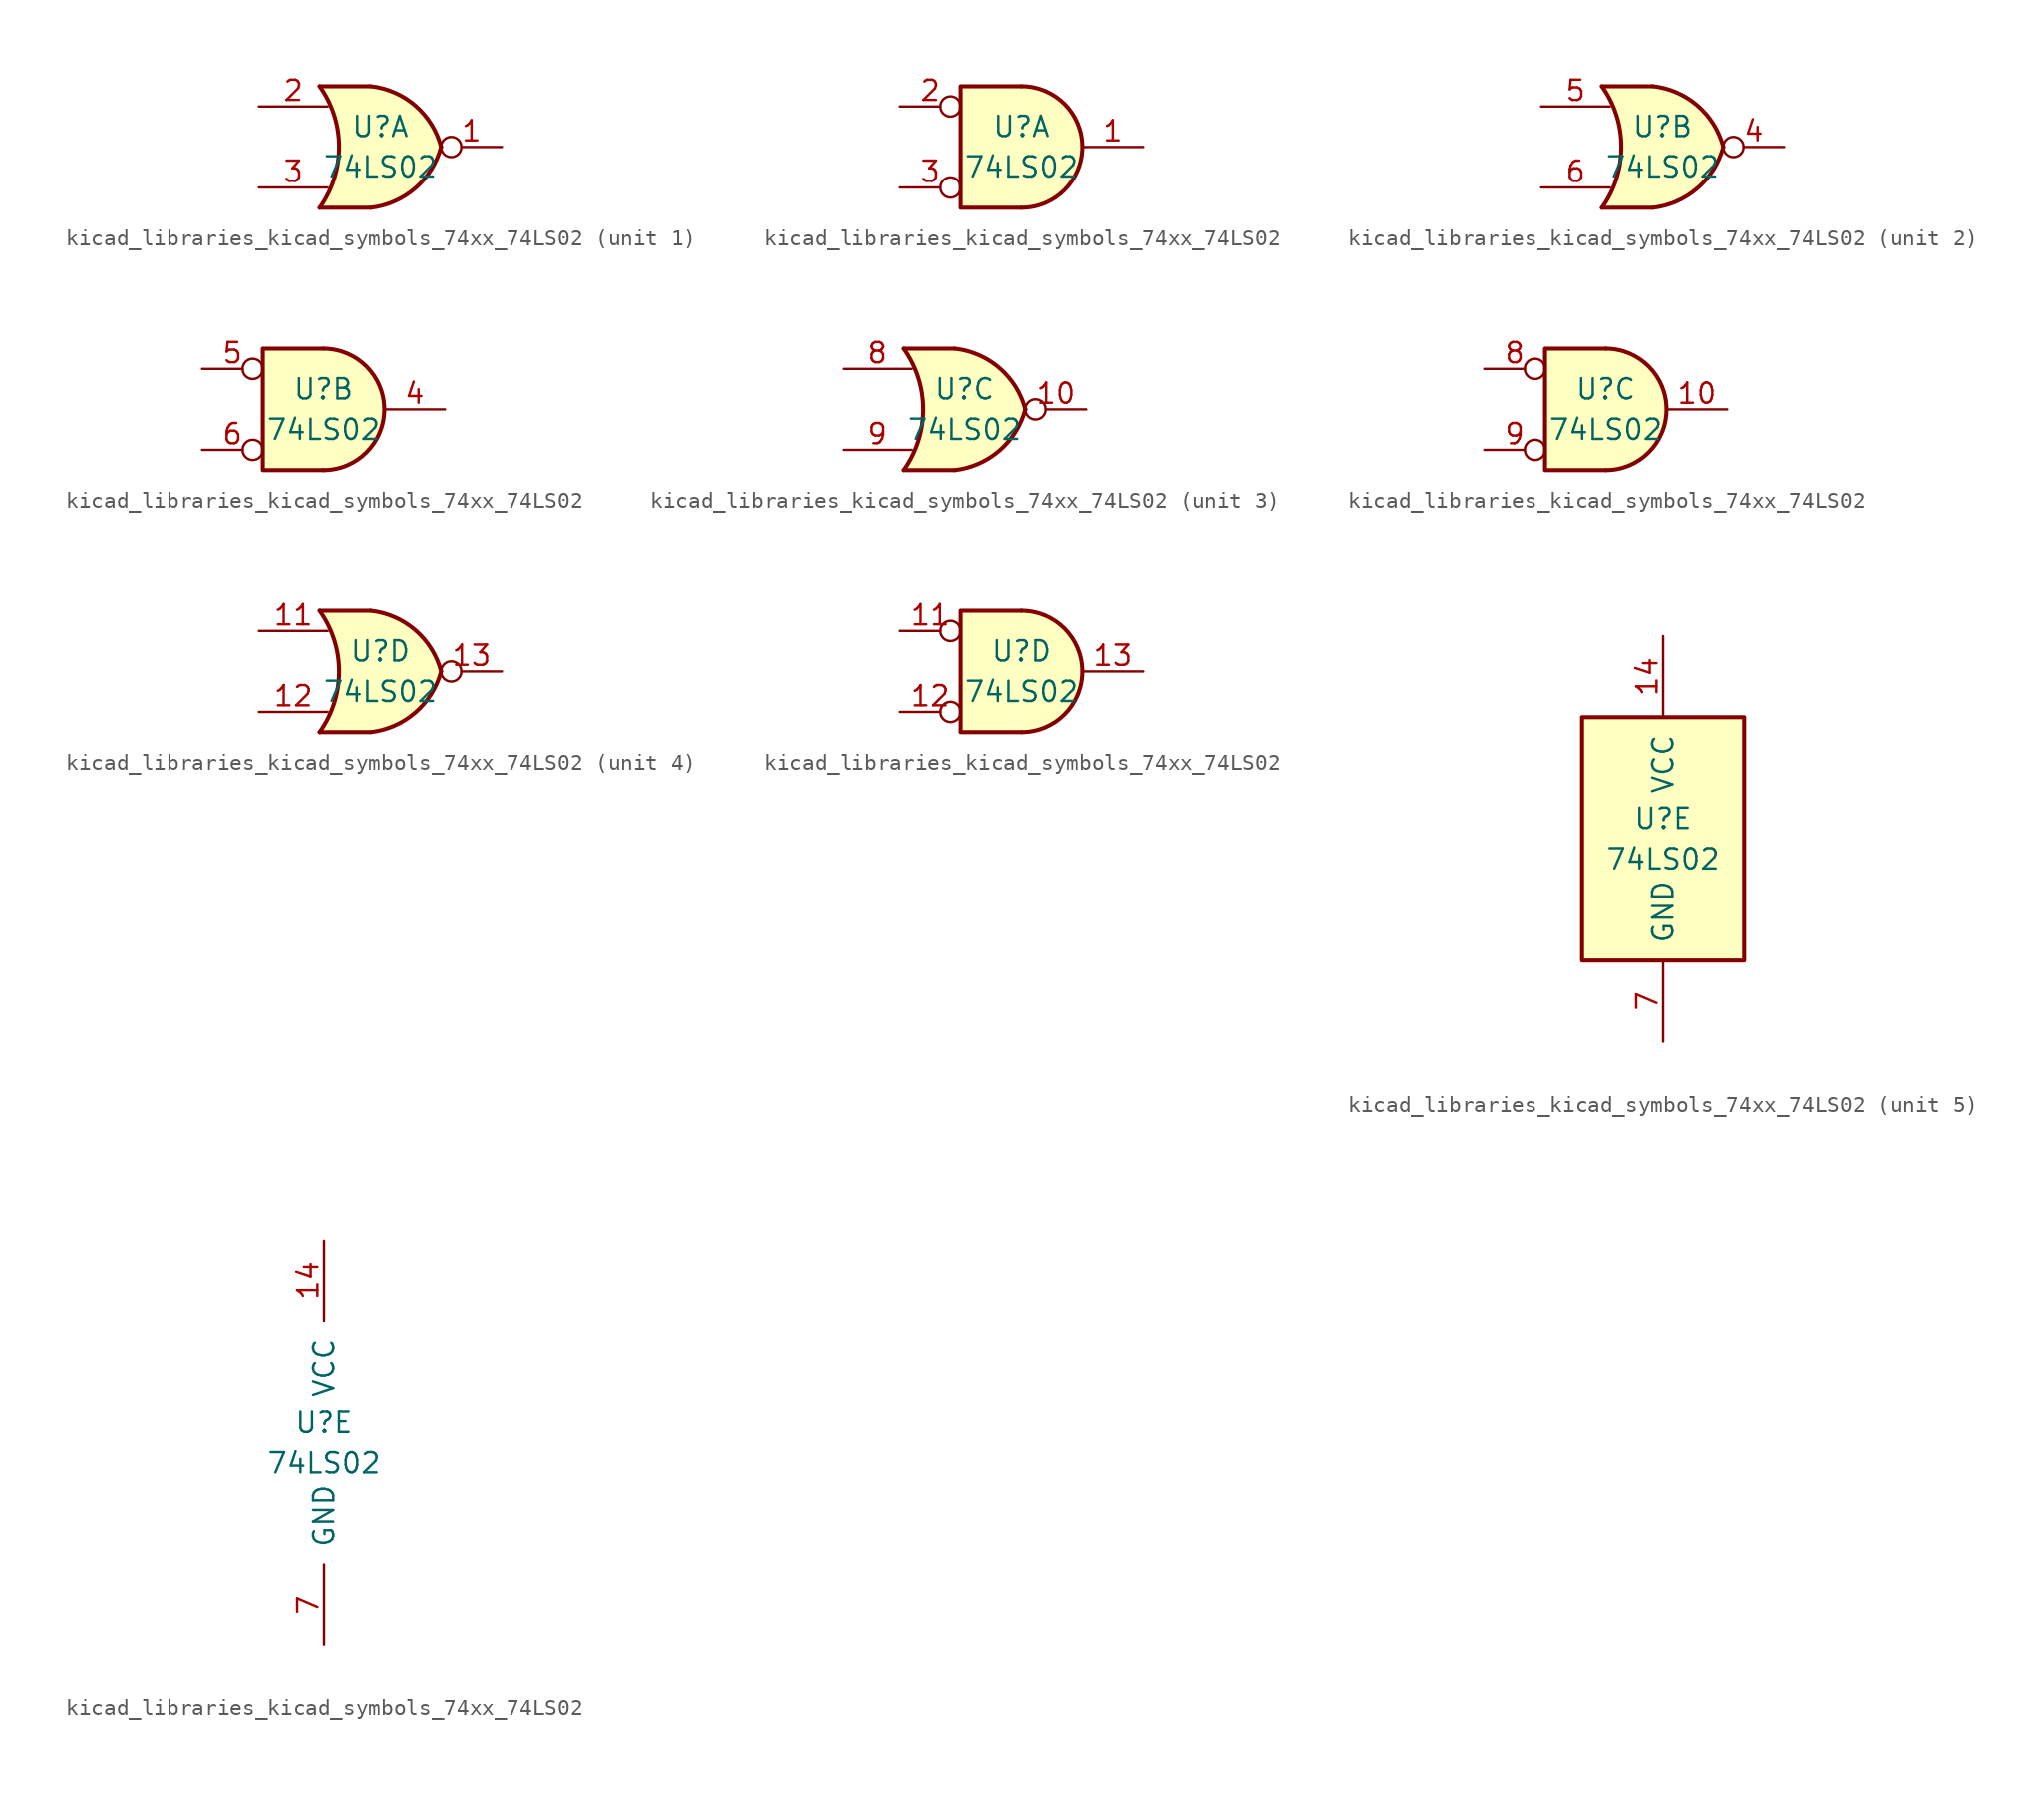
<source format=kicad_sym>
(kicad_symbol_lib
  (version 20220914)
  (generator kicad_symbol_editor)
  (symbol "kicad_libraries_kicad_symbols_74xx_74LS02"
    (pin_names
      (offset 1.016))
    (property "Reference" "U"
      (at 0 1.27 0)
      (effects (font (size 1.27 1.27))))
    (property "Value" "74LS02"
      (at 0 -1.27 0)
      (effects (font (size 1.27 1.27))))
    (property "ki_locked" ""
      (at 0 0 0)
      (effects (font (size 1.27 1.27))))
    (symbol "kicad_libraries_kicad_symbols_74xx_74LS02_1_1"
      (arc (start -3.81 -3.81) (mid -2.589 0) (end -3.81 3.81) (stroke (width 0.254) (type default)) (fill (type none)))
      (arc (start -0.6096 -3.81) (mid 2.1842 -2.5851) (end 3.81 0) (stroke (width 0.254) (type default)) (fill (type background)))
      (polyline (pts (xy -3.81 -3.81) (xy -0.635 -3.81)) (stroke (width 0.254) (type default)) (fill (type background)))
      (polyline (pts (xy -3.81 3.81) (xy -0.635 3.81)) (stroke (width 0.254) (type default)) (fill (type background)))
      (polyline (pts (xy -0.635 3.81) (xy -3.81 3.81) (xy -3.81 3.81) (xy -3.556 3.404) (xy -3.023 2.261) (xy -2.692 1.041) (xy -2.616 -0.254) (xy -2.769 -1.499) (xy -3.175 -2.718) (xy -3.81 -3.81) (xy -3.81 -3.81) (xy -0.635 -3.81)) (stroke (width -25.4) (type default)) (fill (type background)))
      (arc (start 3.81 0) (mid 2.1915 2.5936) (end -0.6096 3.81) (stroke (width 0.254) (type default)) (fill (type background)))
      (pin output inverted (at 7.62 0 180) (length 3.81) (name "~" (effects (font (size 1.27 1.27)))) (number "1" (effects (font (size 1.27 1.27)))))
      (pin input line (at -7.62 2.54 0) (length 4.318) (name "~" (effects (font (size 1.27 1.27)))) (number "2" (effects (font (size 1.27 1.27)))))
      (pin input line (at -7.62 -2.54 0) (length 4.318) (name "~" (effects (font (size 1.27 1.27)))) (number "3" (effects (font (size 1.27 1.27))))))
    (symbol "kicad_libraries_kicad_symbols_74xx_74LS02_1_2"
      (arc (start 0 -3.81) (mid 3.7934 0) (end 0 3.81) (stroke (width 0.254) (type default)) (fill (type background)))
      (polyline (pts (xy 0 3.81) (xy -3.81 3.81) (xy -3.81 -3.81) (xy 0 -3.81)) (stroke (width 0.254) (type default)) (fill (type background)))
      (pin output line (at 7.62 0 180) (length 3.81) (name "~" (effects (font (size 1.27 1.27)))) (number "1" (effects (font (size 1.27 1.27)))))
      (pin input inverted (at -7.62 2.54 0) (length 3.81) (name "~" (effects (font (size 1.27 1.27)))) (number "2" (effects (font (size 1.27 1.27)))))
      (pin input inverted (at -7.62 -2.54 0) (length 3.81) (name "~" (effects (font (size 1.27 1.27)))) (number "3" (effects (font (size 1.27 1.27))))))
    (symbol "kicad_libraries_kicad_symbols_74xx_74LS02_2_1"
      (arc (start -3.81 -3.81) (mid -2.589 0) (end -3.81 3.81) (stroke (width 0.254) (type default)) (fill (type none)))
      (arc (start -0.6096 -3.81) (mid 2.1842 -2.5851) (end 3.81 0) (stroke (width 0.254) (type default)) (fill (type background)))
      (polyline (pts (xy -3.81 -3.81) (xy -0.635 -3.81)) (stroke (width 0.254) (type default)) (fill (type background)))
      (polyline (pts (xy -3.81 3.81) (xy -0.635 3.81)) (stroke (width 0.254) (type default)) (fill (type background)))
      (polyline (pts (xy -0.635 3.81) (xy -3.81 3.81) (xy -3.81 3.81) (xy -3.556 3.404) (xy -3.023 2.261) (xy -2.692 1.041) (xy -2.616 -0.254) (xy -2.769 -1.499) (xy -3.175 -2.718) (xy -3.81 -3.81) (xy -3.81 -3.81) (xy -0.635 -3.81)) (stroke (width -25.4) (type default)) (fill (type background)))
      (arc (start 3.81 0) (mid 2.1915 2.5936) (end -0.6096 3.81) (stroke (width 0.254) (type default)) (fill (type background)))
      (pin output inverted (at 7.62 0 180) (length 3.81) (name "~" (effects (font (size 1.27 1.27)))) (number "4" (effects (font (size 1.27 1.27)))))
      (pin input line (at -7.62 2.54 0) (length 4.318) (name "~" (effects (font (size 1.27 1.27)))) (number "5" (effects (font (size 1.27 1.27)))))
      (pin input line (at -7.62 -2.54 0) (length 4.318) (name "~" (effects (font (size 1.27 1.27)))) (number "6" (effects (font (size 1.27 1.27))))))
    (symbol "kicad_libraries_kicad_symbols_74xx_74LS02_2_2"
      (arc (start 0 -3.81) (mid 3.7934 0) (end 0 3.81) (stroke (width 0.254) (type default)) (fill (type background)))
      (polyline (pts (xy 0 3.81) (xy -3.81 3.81) (xy -3.81 -3.81) (xy 0 -3.81)) (stroke (width 0.254) (type default)) (fill (type background)))
      (pin output line (at 7.62 0 180) (length 3.81) (name "~" (effects (font (size 1.27 1.27)))) (number "4" (effects (font (size 1.27 1.27)))))
      (pin input inverted (at -7.62 2.54 0) (length 3.81) (name "~" (effects (font (size 1.27 1.27)))) (number "5" (effects (font (size 1.27 1.27)))))
      (pin input inverted (at -7.62 -2.54 0) (length 3.81) (name "~" (effects (font (size 1.27 1.27)))) (number "6" (effects (font (size 1.27 1.27))))))
    (symbol "kicad_libraries_kicad_symbols_74xx_74LS02_3_1"
      (arc (start -3.81 -3.81) (mid -2.589 0) (end -3.81 3.81) (stroke (width 0.254) (type default)) (fill (type none)))
      (arc (start -0.6096 -3.81) (mid 2.1842 -2.5851) (end 3.81 0) (stroke (width 0.254) (type default)) (fill (type background)))
      (polyline (pts (xy -3.81 -3.81) (xy -0.635 -3.81)) (stroke (width 0.254) (type default)) (fill (type background)))
      (polyline (pts (xy -3.81 3.81) (xy -0.635 3.81)) (stroke (width 0.254) (type default)) (fill (type background)))
      (polyline (pts (xy -0.635 3.81) (xy -3.81 3.81) (xy -3.81 3.81) (xy -3.556 3.404) (xy -3.023 2.261) (xy -2.692 1.041) (xy -2.616 -0.254) (xy -2.769 -1.499) (xy -3.175 -2.718) (xy -3.81 -3.81) (xy -3.81 -3.81) (xy -0.635 -3.81)) (stroke (width -25.4) (type default)) (fill (type background)))
      (arc (start 3.81 0) (mid 2.1915 2.5936) (end -0.6096 3.81) (stroke (width 0.254) (type default)) (fill (type background)))
      (pin output inverted (at 7.62 0 180) (length 3.81) (name "~" (effects (font (size 1.27 1.27)))) (number "10" (effects (font (size 1.27 1.27)))))
      (pin input line (at -7.62 2.54 0) (length 4.318) (name "~" (effects (font (size 1.27 1.27)))) (number "8" (effects (font (size 1.27 1.27)))))
      (pin input line (at -7.62 -2.54 0) (length 4.318) (name "~" (effects (font (size 1.27 1.27)))) (number "9" (effects (font (size 1.27 1.27))))))
    (symbol "kicad_libraries_kicad_symbols_74xx_74LS02_3_2"
      (arc (start 0 -3.81) (mid 3.7934 0) (end 0 3.81) (stroke (width 0.254) (type default)) (fill (type background)))
      (polyline (pts (xy 0 3.81) (xy -3.81 3.81) (xy -3.81 -3.81) (xy 0 -3.81)) (stroke (width 0.254) (type default)) (fill (type background)))
      (pin output line (at 7.62 0 180) (length 3.81) (name "~" (effects (font (size 1.27 1.27)))) (number "10" (effects (font (size 1.27 1.27)))))
      (pin input inverted (at -7.62 2.54 0) (length 3.81) (name "~" (effects (font (size 1.27 1.27)))) (number "8" (effects (font (size 1.27 1.27)))))
      (pin input inverted (at -7.62 -2.54 0) (length 3.81) (name "~" (effects (font (size 1.27 1.27)))) (number "9" (effects (font (size 1.27 1.27))))))
    (symbol "kicad_libraries_kicad_symbols_74xx_74LS02_4_1"
      (arc (start -3.81 -3.81) (mid -2.589 0) (end -3.81 3.81) (stroke (width 0.254) (type default)) (fill (type none)))
      (arc (start -0.6096 -3.81) (mid 2.1842 -2.5851) (end 3.81 0) (stroke (width 0.254) (type default)) (fill (type background)))
      (polyline (pts (xy -3.81 -3.81) (xy -0.635 -3.81)) (stroke (width 0.254) (type default)) (fill (type background)))
      (polyline (pts (xy -3.81 3.81) (xy -0.635 3.81)) (stroke (width 0.254) (type default)) (fill (type background)))
      (polyline (pts (xy -0.635 3.81) (xy -3.81 3.81) (xy -3.81 3.81) (xy -3.556 3.404) (xy -3.023 2.261) (xy -2.692 1.041) (xy -2.616 -0.254) (xy -2.769 -1.499) (xy -3.175 -2.718) (xy -3.81 -3.81) (xy -3.81 -3.81) (xy -0.635 -3.81)) (stroke (width -25.4) (type default)) (fill (type background)))
      (arc (start 3.81 0) (mid 2.1915 2.5936) (end -0.6096 3.81) (stroke (width 0.254) (type default)) (fill (type background)))
      (pin input line (at -7.62 2.54 0) (length 4.318) (name "~" (effects (font (size 1.27 1.27)))) (number "11" (effects (font (size 1.27 1.27)))))
      (pin input line (at -7.62 -2.54 0) (length 4.318) (name "~" (effects (font (size 1.27 1.27)))) (number "12" (effects (font (size 1.27 1.27)))))
      (pin output inverted (at 7.62 0 180) (length 3.81) (name "~" (effects (font (size 1.27 1.27)))) (number "13" (effects (font (size 1.27 1.27))))))
    (symbol "kicad_libraries_kicad_symbols_74xx_74LS02_4_2"
      (arc (start 0 -3.81) (mid 3.7934 0) (end 0 3.81) (stroke (width 0.254) (type default)) (fill (type background)))
      (polyline (pts (xy 0 3.81) (xy -3.81 3.81) (xy -3.81 -3.81) (xy 0 -3.81)) (stroke (width 0.254) (type default)) (fill (type background)))
      (pin input inverted (at -7.62 2.54 0) (length 3.81) (name "~" (effects (font (size 1.27 1.27)))) (number "11" (effects (font (size 1.27 1.27)))))
      (pin input inverted (at -7.62 -2.54 0) (length 3.81) (name "~" (effects (font (size 1.27 1.27)))) (number "12" (effects (font (size 1.27 1.27)))))
      (pin output line (at 7.62 0 180) (length 3.81) (name "~" (effects (font (size 1.27 1.27)))) (number "13" (effects (font (size 1.27 1.27))))))
    (symbol "kicad_libraries_kicad_symbols_74xx_74LS02_5_0"
      (pin power_in line (at 0 12.7 270) (length 5.08) (name "VCC" (effects (font (size 1.27 1.27)))) (number "14" (effects (font (size 1.27 1.27)))))
      (pin power_in line (at 0 -12.7 90) (length 5.08) (name "GND" (effects (font (size 1.27 1.27)))) (number "7" (effects (font (size 1.27 1.27))))))
    (symbol "kicad_libraries_kicad_symbols_74xx_74LS02_5_1"
      (rectangle (start -5.08 7.62) (end 5.08 -7.62) (stroke (width 0.254) (type default)) (fill (type background))))))
</source>
